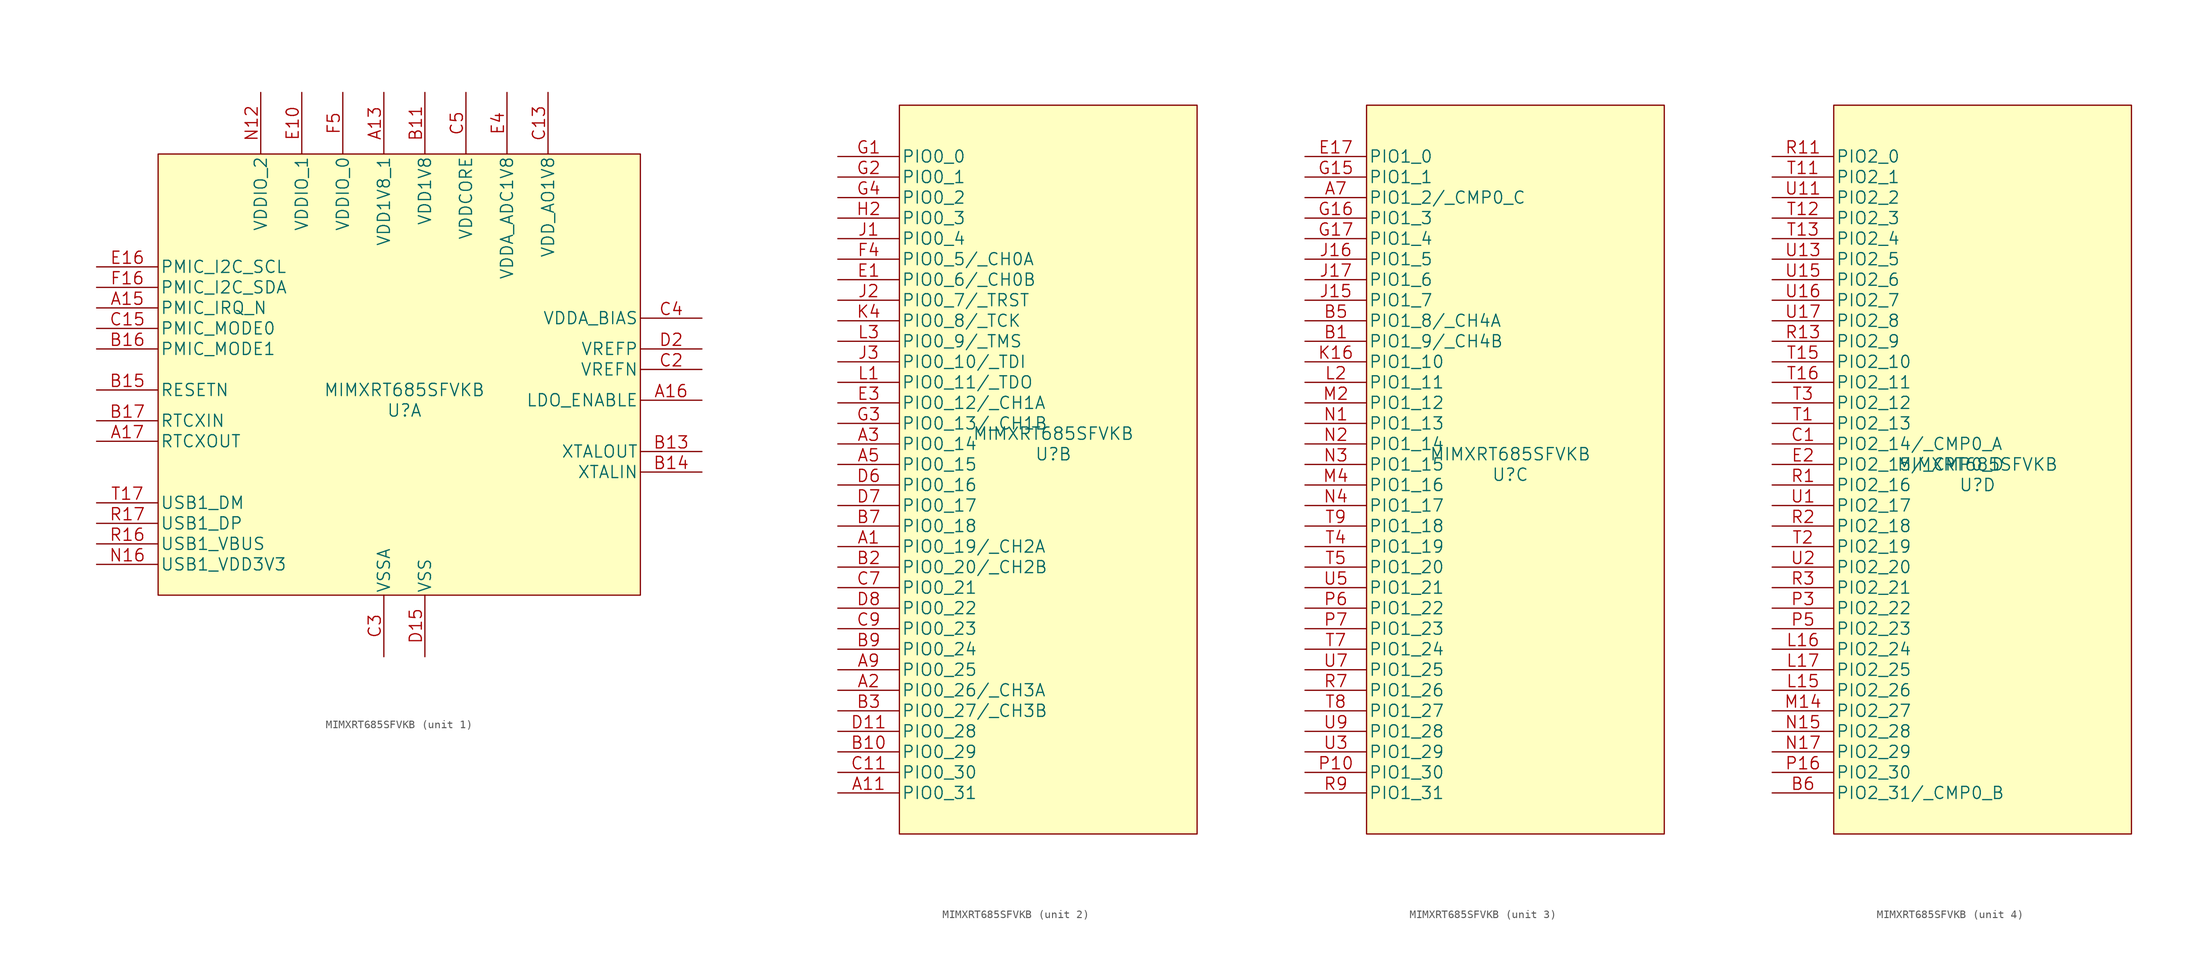
<source format=kicad_sym>
(kicad_symbol_lib
  (version 20211014)
  (generator kicad_symbol_editor)
  (symbol "MIMXRT685SFVKB"
    (pin_names
      (offset 0.254))
    (property "Reference" "U"
      (at 0 -2.54 0)
      (effects (font (size 1.524 1.524))))
    (property "Value" "MIMXRT685SFVKB"
      (at 0 0 0)
      (effects (font (size 1.524 1.524))))
    (property "Datasheet" ""
      (at -25.4 16.51 0)
      (effects (font (size 1.524 1.524))))
    (property "ki_locked" ""
      (at 0 0 0)
      (effects (font (size 1.27 1.27))))
    (symbol "MIMXRT685SFVKB_1_1"
      (rectangle (start -30.48 29.21) (end 29.21 -25.4) (stroke (width 0) (type default) (color 0 0 0 0)) (fill (type background)))
      (pin power_in line (at -2.54 36.83 270) (length 7.62) (name "VDD1V8_1" (effects (font (size 1.499 1.499)))) (number "A13" (effects (font (size 1.499 1.499)))))
      (pin input line (at -38.1 10.16 0) (length 7.62) (name "PMIC_IRQ_N" (effects (font (size 1.499 1.499)))) (number "A15" (effects (font (size 1.499 1.499)))))
      (pin power_in line (at 36.83 -1.27 180) (length 7.62) (name "LDO_ENABLE" (effects (font (size 1.499 1.499)))) (number "A16" (effects (font (size 1.499 1.499)))))
      (pin input line (at -38.1 -6.35 0) (length 7.62) (name "RTCXOUT" (effects (font (size 1.499 1.499)))) (number "A17" (effects (font (size 1.499 1.499)))))
      (pin power_in line (at 2.54 36.83 270) (length 7.62) (name "VDD1V8" (effects (font (size 1.499 1.499)))) (number "B11" (effects (font (size 1.499 1.499)))))
      (pin power_in line (at 36.83 -7.62 180) (length 7.62) (name "XTALOUT" (effects (font (size 1.499 1.499)))) (number "B13" (effects (font (size 1.499 1.499)))))
      (pin power_in line (at 36.83 -10.16 180) (length 7.62) (name "XTALIN" (effects (font (size 1.499 1.499)))) (number "B14" (effects (font (size 1.499 1.499)))))
      (pin input line (at -38.1 0 0) (length 7.62) (name "RESETN" (effects (font (size 1.499 1.499)))) (number "B15" (effects (font (size 1.499 1.499)))))
      (pin output line (at -38.1 5.08 0) (length 7.62) (name "PMIC_MODE1" (effects (font (size 1.499 1.499)))) (number "B16" (effects (font (size 1.499 1.499)))))
      (pin input line (at -38.1 -3.81 0) (length 7.62) (name "RTCXIN" (effects (font (size 1.499 1.499)))) (number "B17" (effects (font (size 1.499 1.499)))))
      (pin power_in line (at 17.78 36.83 270) (length 7.62) (name "VDD_AO1V8" (effects (font (size 1.499 1.499)))) (number "C13" (effects (font (size 1.499 1.499)))))
      (pin output line (at -38.1 7.62 0) (length 7.62) (name "PMIC_MODE0" (effects (font (size 1.499 1.499)))) (number "C15" (effects (font (size 1.499 1.499)))))
      (pin power_in line (at 2.54 36.83 270) (length 7.62) hide (name "VDD1V8" (effects (font (size 1.499 1.499)))) (number "C16" (effects (font (size 1.499 1.499)))))
      (pin power_in line (at 2.54 36.83 270) (length 7.62) hide (name "VDD1V8" (effects (font (size 1.499 1.499)))) (number "C17" (effects (font (size 1.499 1.499)))))
      (pin power_in line (at 36.83 2.54 180) (length 7.62) (name "VREFN" (effects (font (size 1.499 1.499)))) (number "C2" (effects (font (size 1.499 1.499)))))
      (pin power_in line (at -2.54 -33.02 90) (length 7.62) (name "VSSA" (effects (font (size 1.499 1.499)))) (number "C3" (effects (font (size 1.499 1.499)))))
      (pin power_in line (at 36.83 8.89 180) (length 7.62) (name "VDDA_BIAS" (effects (font (size 1.499 1.499)))) (number "C4" (effects (font (size 1.499 1.499)))))
      (pin power_in line (at 7.62 36.83 270) (length 7.62) (name "VDDCORE" (effects (font (size 1.499 1.499)))) (number "C5" (effects (font (size 1.499 1.499)))))
      (pin power_in line (at -2.54 -33.02 90) (length 7.62) hide (name "VSSA" (effects (font (size 1.499 1.499)))) (number "D12" (effects (font (size 1.499 1.499)))))
      (pin power_in line (at 17.78 36.83 270) (length 7.62) hide (name "VDD_AO1V8" (effects (font (size 1.499 1.499)))) (number "D13" (effects (font (size 1.499 1.499)))))
      (pin power_in line (at 2.54 -33.02 90) (length 7.62) (name "VSS" (effects (font (size 1.499 1.499)))) (number "D15" (effects (font (size 1.499 1.499)))))
      (pin power_in line (at 36.83 5.08 180) (length 7.62) (name "VREFP" (effects (font (size 1.499 1.499)))) (number "D2" (effects (font (size 1.499 1.499)))))
      (pin power_in line (at 2.54 -33.02 90) (length 7.62) hide (name "VSS" (effects (font (size 1.499 1.499)))) (number "D5" (effects (font (size 1.499 1.499)))))
      (pin power_in line (at 7.62 36.83 270) (length 7.62) hide (name "VDDCORE" (effects (font (size 1.499 1.499)))) (number "D9" (effects (font (size 1.499 1.499)))))
      (pin power_in line (at -12.7 36.83 270) (length 7.62) (name "VDDIO_1" (effects (font (size 1.499 1.499)))) (number "E10" (effects (font (size 1.499 1.499)))))
      (pin power_in line (at 2.54 -33.02 90) (length 7.62) hide (name "VSS" (effects (font (size 1.499 1.499)))) (number "E12" (effects (font (size 1.499 1.499)))))
      (pin power_in line (at 2.54 -33.02 90) (length 7.62) hide (name "VSS" (effects (font (size 1.499 1.499)))) (number "E14" (effects (font (size 1.499 1.499)))))
      (pin power_in line (at 2.54 36.83 270) (length 7.62) hide (name "VDD1V8" (effects (font (size 1.499 1.499)))) (number "E15" (effects (font (size 1.499 1.499)))))
      (pin output line (at -38.1 15.24 0) (length 7.62) (name "PMIC_I2C_SCL" (effects (font (size 1.499 1.499)))) (number "E16" (effects (font (size 1.499 1.499)))))
      (pin power_in line (at 12.7 36.83 270) (length 7.62) (name "VDDA_ADC1V8" (effects (font (size 1.499 1.499)))) (number "E4" (effects (font (size 1.499 1.499)))))
      (pin power_in line (at -12.7 36.83 270) (length 7.62) hide (name "VDDIO_1" (effects (font (size 1.499 1.499)))) (number "E6" (effects (font (size 1.499 1.499)))))
      (pin power_in line (at -12.7 36.83 270) (length 7.62) hide (name "VDDIO_1" (effects (font (size 1.499 1.499)))) (number "E8" (effects (font (size 1.499 1.499)))))
      (pin power_in line (at 2.54 -33.02 90) (length 7.62) hide (name "VSS" (effects (font (size 1.499 1.499)))) (number "F11" (effects (font (size 1.499 1.499)))))
      (pin power_in line (at 2.54 36.83 270) (length 7.62) hide (name "VDD1V8" (effects (font (size 1.499 1.499)))) (number "F13" (effects (font (size 1.499 1.499)))))
      (pin power_in line (at 7.62 36.83 270) (length 7.62) hide (name "VDDCORE" (effects (font (size 1.499 1.499)))) (number "F14" (effects (font (size 1.499 1.499)))))
      (pin bidirectional line (at -38.1 12.7 0) (length 7.62) (name "PMIC_I2C_SDA" (effects (font (size 1.499 1.499)))) (number "F16" (effects (font (size 1.499 1.499)))))
      (pin power_in line (at -7.62 36.83 270) (length 7.62) (name "VDDIO_0" (effects (font (size 1.499 1.499)))) (number "F5" (effects (font (size 1.499 1.499)))))
      (pin power_in line (at 2.54 -33.02 90) (length 7.62) hide (name "VSS" (effects (font (size 1.499 1.499)))) (number "F7" (effects (font (size 1.499 1.499)))))
      (pin power_in line (at 2.54 -33.02 90) (length 7.62) hide (name "VSS" (effects (font (size 1.499 1.499)))) (number "G12" (effects (font (size 1.499 1.499)))))
      (pin power_in line (at 2.54 36.83 270) (length 7.62) hide (name "VDD1V8" (effects (font (size 1.499 1.499)))) (number "G14" (effects (font (size 1.499 1.499)))))
      (pin power_in line (at 2.54 -33.02 90) (length 7.62) hide (name "VSS" (effects (font (size 1.499 1.499)))) (number "G6" (effects (font (size 1.499 1.499)))))
      (pin power_in line (at 2.54 -33.02 90) (length 7.62) hide (name "VSS" (effects (font (size 1.499 1.499)))) (number "H10" (effects (font (size 1.499 1.499)))))
      (pin power_in line (at -12.7 36.83 270) (length 7.62) hide (name "VDDIO_1" (effects (font (size 1.499 1.499)))) (number "H13" (effects (font (size 1.499 1.499)))))
      (pin power_in line (at -12.7 36.83 270) (length 7.62) hide (name "VDDIO_1" (effects (font (size 1.499 1.499)))) (number "H14" (effects (font (size 1.499 1.499)))))
      (pin power_in line (at -7.62 36.83 270) (length 7.62) hide (name "VDDIO_0" (effects (font (size 1.499 1.499)))) (number "H5" (effects (font (size 1.499 1.499)))))
      (pin power_in line (at 2.54 -33.02 90) (length 7.62) hide (name "VSS" (effects (font (size 1.499 1.499)))) (number "H8" (effects (font (size 1.499 1.499)))))
      (pin power_in line (at 2.54 -33.02 90) (length 7.62) hide (name "VSS" (effects (font (size 1.499 1.499)))) (number "H9" (effects (font (size 1.499 1.499)))))
      (pin power_in line (at 2.54 -33.02 90) (length 7.62) hide (name "VSS" (effects (font (size 1.499 1.499)))) (number "J10" (effects (font (size 1.499 1.499)))))
      (pin power_in line (at 7.62 36.83 270) (length 7.62) hide (name "VDDCORE" (effects (font (size 1.499 1.499)))) (number "J14" (effects (font (size 1.499 1.499)))))
      (pin power_in line (at 7.62 36.83 270) (length 7.62) hide (name "VDDCORE" (effects (font (size 1.499 1.499)))) (number "J4" (effects (font (size 1.499 1.499)))))
      (pin power_in line (at 2.54 -33.02 90) (length 7.62) hide (name "VSS" (effects (font (size 1.499 1.499)))) (number "J8" (effects (font (size 1.499 1.499)))))
      (pin power_in line (at 2.54 -33.02 90) (length 7.62) hide (name "VSS" (effects (font (size 1.499 1.499)))) (number "K10" (effects (font (size 1.499 1.499)))))
      (pin power_in line (at -12.7 36.83 270) (length 7.62) hide (name "VDDIO_1" (effects (font (size 1.499 1.499)))) (number "K13" (effects (font (size 1.499 1.499)))))
      (pin power_in line (at -7.62 36.83 270) (length 7.62) hide (name "VDDIO_0" (effects (font (size 1.499 1.499)))) (number "K5" (effects (font (size 1.499 1.499)))))
      (pin power_in line (at 2.54 -33.02 90) (length 7.62) hide (name "VSS" (effects (font (size 1.499 1.499)))) (number "K8" (effects (font (size 1.499 1.499)))))
      (pin power_in line (at 2.54 -33.02 90) (length 7.62) hide (name "VSS" (effects (font (size 1.499 1.499)))) (number "K9" (effects (font (size 1.499 1.499)))))
      (pin power_in line (at 2.54 -33.02 90) (length 7.62) hide (name "VSS" (effects (font (size 1.499 1.499)))) (number "L12" (effects (font (size 1.499 1.499)))))
      (pin power_in line (at -12.7 36.83 270) (length 7.62) hide (name "VDDIO_1" (effects (font (size 1.499 1.499)))) (number "L14" (effects (font (size 1.499 1.499)))))
      (pin power_in line (at 2.54 36.83 270) (length 7.62) hide (name "VDD1V8" (effects (font (size 1.499 1.499)))) (number "L4" (effects (font (size 1.499 1.499)))))
      (pin power_in line (at 2.54 -33.02 90) (length 7.62) hide (name "VSS" (effects (font (size 1.499 1.499)))) (number "L6" (effects (font (size 1.499 1.499)))))
      (pin power_in line (at 2.54 -33.02 90) (length 7.62) hide (name "VSS" (effects (font (size 1.499 1.499)))) (number "M11" (effects (font (size 1.499 1.499)))))
      (pin power_in line (at 2.54 -33.02 90) (length 7.62) hide (name "VSS" (effects (font (size 1.499 1.499)))) (number "M13" (effects (font (size 1.499 1.499)))))
      (pin power_in line (at -7.62 36.83 270) (length 7.62) hide (name "VDDIO_0" (effects (font (size 1.499 1.499)))) (number "M5" (effects (font (size 1.499 1.499)))))
      (pin power_in line (at 2.54 -33.02 90) (length 7.62) hide (name "VSS" (effects (font (size 1.499 1.499)))) (number "M7" (effects (font (size 1.499 1.499)))))
      (pin power_in line (at -7.62 36.83 270) (length 7.62) hide (name "VDDIO_0" (effects (font (size 1.499 1.499)))) (number "N10" (effects (font (size 1.499 1.499)))))
      (pin power_in line (at -17.78 36.83 270) (length 7.62) (name "VDDIO_2" (effects (font (size 1.499 1.499)))) (number "N12" (effects (font (size 1.499 1.499)))))
      (pin power_in line (at 2.54 -33.02 90) (length 7.62) hide (name "VSS" (effects (font (size 1.499 1.499)))) (number "N14" (effects (font (size 1.499 1.499)))))
      (pin power_in line (at -38.1 -21.59 0) (length 7.62) (name "USB1_VDD3V3" (effects (font (size 1.499 1.499)))) (number "N16" (effects (font (size 1.499 1.499)))))
      (pin power_in line (at -7.62 36.83 270) (length 7.62) hide (name "VDDIO_0" (effects (font (size 1.499 1.499)))) (number "N6" (effects (font (size 1.499 1.499)))))
      (pin power_in line (at -7.62 36.83 270) (length 7.62) hide (name "VDDIO_0" (effects (font (size 1.499 1.499)))) (number "N8" (effects (font (size 1.499 1.499)))))
      (pin power_in line (at -17.78 36.83 270) (length 7.62) hide (name "VDDIO_2" (effects (font (size 1.499 1.499)))) (number "P11" (effects (font (size 1.499 1.499)))))
      (pin power_in line (at -17.78 36.83 270) (length 7.62) hide (name "VDDIO_2" (effects (font (size 1.499 1.499)))) (number "P12" (effects (font (size 1.499 1.499)))))
      (pin power_in line (at 2.54 -33.02 90) (length 7.62) hide (name "VSS" (effects (font (size 1.499 1.499)))) (number "P13" (effects (font (size 1.499 1.499)))))
      (pin power_in line (at 7.62 36.83 270) (length 7.62) hide (name "VDDCORE" (effects (font (size 1.499 1.499)))) (number "P9" (effects (font (size 1.499 1.499)))))
      (pin power_in line (at 7.62 36.83 270) (length 7.62) hide (name "VDDCORE" (effects (font (size 1.499 1.499)))) (number "R14" (effects (font (size 1.499 1.499)))))
      (pin power_in line (at 2.54 36.83 270) (length 7.62) hide (name "VDD1V8" (effects (font (size 1.499 1.499)))) (number "R15" (effects (font (size 1.499 1.499)))))
      (pin input line (at -38.1 -19.05 0) (length 7.62) (name "USB1_VBUS" (effects (font (size 1.499 1.499)))) (number "R16" (effects (font (size 1.499 1.499)))))
      (pin bidirectional line (at -38.1 -16.51 0) (length 7.62) (name "USB1_DP" (effects (font (size 1.499 1.499)))) (number "R17" (effects (font (size 1.499 1.499)))))
      (pin power_in line (at 7.62 36.83 270) (length 7.62) hide (name "VDDCORE" (effects (font (size 1.499 1.499)))) (number "R5" (effects (font (size 1.499 1.499)))))
      (pin bidirectional line (at -38.1 -13.97 0) (length 7.62) (name "USB1_DM" (effects (font (size 1.499 1.499)))) (number "T17" (effects (font (size 1.499 1.499))))))
    (symbol "MIMXRT685SFVKB_2_1"
      (rectangle (start -19.05 40.64) (end 17.78 -49.53) (stroke (width 0) (type default) (color 0 0 0 0)) (fill (type background)))
      (pin bidirectional line (at -26.67 -13.97 0) (length 7.62) (name "PIO0_19/_CH2A" (effects (font (size 1.499 1.499)))) (number "A1" (effects (font (size 1.499 1.499)))))
      (pin bidirectional line (at -26.67 -44.45 0) (length 7.62) (name "PIO0_31" (effects (font (size 1.499 1.499)))) (number "A11" (effects (font (size 1.499 1.499)))))
      (pin bidirectional line (at -26.67 -31.75 0) (length 7.62) (name "PIO0_26/_CH3A" (effects (font (size 1.499 1.499)))) (number "A2" (effects (font (size 1.499 1.499)))))
      (pin bidirectional line (at -26.67 -1.27 0) (length 7.62) (name "PIO0_14" (effects (font (size 1.499 1.499)))) (number "A3" (effects (font (size 1.499 1.499)))))
      (pin bidirectional line (at -26.67 -3.81 0) (length 7.62) (name "PIO0_15" (effects (font (size 1.499 1.499)))) (number "A5" (effects (font (size 1.499 1.499)))))
      (pin bidirectional line (at -26.67 -29.21 0) (length 7.62) (name "PIO0_25" (effects (font (size 1.499 1.499)))) (number "A9" (effects (font (size 1.499 1.499)))))
      (pin bidirectional line (at -26.67 -39.37 0) (length 7.62) (name "PIO0_29" (effects (font (size 1.499 1.499)))) (number "B10" (effects (font (size 1.499 1.499)))))
      (pin bidirectional line (at -26.67 -16.51 0) (length 7.62) (name "PIO0_20/_CH2B" (effects (font (size 1.499 1.499)))) (number "B2" (effects (font (size 1.499 1.499)))))
      (pin bidirectional line (at -26.67 -34.29 0) (length 7.62) (name "PIO0_27/_CH3B" (effects (font (size 1.499 1.499)))) (number "B3" (effects (font (size 1.499 1.499)))))
      (pin bidirectional line (at -26.67 -11.43 0) (length 7.62) (name "PIO0_18" (effects (font (size 1.499 1.499)))) (number "B7" (effects (font (size 1.499 1.499)))))
      (pin bidirectional line (at -26.67 -26.67 0) (length 7.62) (name "PIO0_24" (effects (font (size 1.499 1.499)))) (number "B9" (effects (font (size 1.499 1.499)))))
      (pin bidirectional line (at -26.67 -41.91 0) (length 7.62) (name "PIO0_30" (effects (font (size 1.499 1.499)))) (number "C11" (effects (font (size 1.499 1.499)))))
      (pin bidirectional line (at -26.67 -19.05 0) (length 7.62) (name "PIO0_21" (effects (font (size 1.499 1.499)))) (number "C7" (effects (font (size 1.499 1.499)))))
      (pin bidirectional line (at -26.67 -24.13 0) (length 7.62) (name "PIO0_23" (effects (font (size 1.499 1.499)))) (number "C9" (effects (font (size 1.499 1.499)))))
      (pin bidirectional line (at -26.67 -36.83 0) (length 7.62) (name "PIO0_28" (effects (font (size 1.499 1.499)))) (number "D11" (effects (font (size 1.499 1.499)))))
      (pin bidirectional line (at -26.67 -6.35 0) (length 7.62) (name "PIO0_16" (effects (font (size 1.499 1.499)))) (number "D6" (effects (font (size 1.499 1.499)))))
      (pin bidirectional line (at -26.67 -8.89 0) (length 7.62) (name "PIO0_17" (effects (font (size 1.499 1.499)))) (number "D7" (effects (font (size 1.499 1.499)))))
      (pin bidirectional line (at -26.67 -21.59 0) (length 7.62) (name "PIO0_22" (effects (font (size 1.499 1.499)))) (number "D8" (effects (font (size 1.499 1.499)))))
      (pin bidirectional line (at -26.67 19.05 0) (length 7.62) (name "PIO0_6/_CH0B" (effects (font (size 1.499 1.499)))) (number "E1" (effects (font (size 1.499 1.499)))))
      (pin bidirectional line (at -26.67 3.81 0) (length 7.62) (name "PIO0_12/_CH1A" (effects (font (size 1.499 1.499)))) (number "E3" (effects (font (size 1.499 1.499)))))
      (pin bidirectional line (at -26.67 21.59 0) (length 7.62) (name "PIO0_5/_CH0A" (effects (font (size 1.499 1.499)))) (number "F4" (effects (font (size 1.499 1.499)))))
      (pin bidirectional line (at -26.67 34.29 0) (length 7.62) (name "PIO0_0" (effects (font (size 1.499 1.499)))) (number "G1" (effects (font (size 1.499 1.499)))))
      (pin bidirectional line (at -26.67 31.75 0) (length 7.62) (name "PIO0_1" (effects (font (size 1.499 1.499)))) (number "G2" (effects (font (size 1.499 1.499)))))
      (pin bidirectional line (at -26.67 1.27 0) (length 7.62) (name "PIO0_13/_CH1B" (effects (font (size 1.499 1.499)))) (number "G3" (effects (font (size 1.499 1.499)))))
      (pin bidirectional line (at -26.67 29.21 0) (length 7.62) (name "PIO0_2" (effects (font (size 1.499 1.499)))) (number "G4" (effects (font (size 1.499 1.499)))))
      (pin bidirectional line (at -26.67 26.67 0) (length 7.62) (name "PIO0_3" (effects (font (size 1.499 1.499)))) (number "H2" (effects (font (size 1.499 1.499)))))
      (pin bidirectional line (at -26.67 24.13 0) (length 7.62) (name "PIO0_4" (effects (font (size 1.499 1.499)))) (number "J1" (effects (font (size 1.499 1.499)))))
      (pin bidirectional line (at -26.67 16.51 0) (length 7.62) (name "PIO0_7/_TRST" (effects (font (size 1.499 1.499)))) (number "J2" (effects (font (size 1.499 1.499)))))
      (pin bidirectional line (at -26.67 8.89 0) (length 7.62) (name "PIO0_10/_TDI" (effects (font (size 1.499 1.499)))) (number "J3" (effects (font (size 1.499 1.499)))))
      (pin bidirectional line (at -26.67 13.97 0) (length 7.62) (name "PIO0_8/_TCK" (effects (font (size 1.499 1.499)))) (number "K4" (effects (font (size 1.499 1.499)))))
      (pin bidirectional line (at -26.67 6.35 0) (length 7.62) (name "PIO0_11/_TDO" (effects (font (size 1.499 1.499)))) (number "L1" (effects (font (size 1.499 1.499)))))
      (pin bidirectional line (at -26.67 11.43 0) (length 7.62) (name "PIO0_9/_TMS" (effects (font (size 1.499 1.499)))) (number "L3" (effects (font (size 1.499 1.499))))))
    (symbol "MIMXRT685SFVKB_3_1"
      (rectangle (start -17.78 43.18) (end 19.05 -46.99) (stroke (width 0) (type default) (color 0 0 0 0)) (fill (type background)))
      (pin bidirectional line (at -25.4 31.75 0) (length 7.62) (name "PIO1_2/_CMP0_C" (effects (font (size 1.499 1.499)))) (number "A7" (effects (font (size 1.499 1.499)))))
      (pin bidirectional line (at -25.4 13.97 0) (length 7.62) (name "PIO1_9/_CH4B" (effects (font (size 1.499 1.499)))) (number "B1" (effects (font (size 1.499 1.499)))))
      (pin bidirectional line (at -25.4 16.51 0) (length 7.62) (name "PIO1_8/_CH4A" (effects (font (size 1.499 1.499)))) (number "B5" (effects (font (size 1.499 1.499)))))
      (pin bidirectional line (at -25.4 36.83 0) (length 7.62) (name "PIO1_0" (effects (font (size 1.499 1.499)))) (number "E17" (effects (font (size 1.499 1.499)))))
      (pin bidirectional line (at -25.4 34.29 0) (length 7.62) (name "PIO1_1" (effects (font (size 1.499 1.499)))) (number "G15" (effects (font (size 1.499 1.499)))))
      (pin bidirectional line (at -25.4 29.21 0) (length 7.62) (name "PIO1_3" (effects (font (size 1.499 1.499)))) (number "G16" (effects (font (size 1.499 1.499)))))
      (pin bidirectional line (at -25.4 26.67 0) (length 7.62) (name "PIO1_4" (effects (font (size 1.499 1.499)))) (number "G17" (effects (font (size 1.499 1.499)))))
      (pin bidirectional line (at -25.4 19.05 0) (length 7.62) (name "PIO1_7" (effects (font (size 1.499 1.499)))) (number "J15" (effects (font (size 1.499 1.499)))))
      (pin bidirectional line (at -25.4 24.13 0) (length 7.62) (name "PIO1_5" (effects (font (size 1.499 1.499)))) (number "J16" (effects (font (size 1.499 1.499)))))
      (pin bidirectional line (at -25.4 21.59 0) (length 7.62) (name "PIO1_6" (effects (font (size 1.499 1.499)))) (number "J17" (effects (font (size 1.499 1.499)))))
      (pin bidirectional line (at -25.4 11.43 0) (length 7.62) (name "PIO1_10" (effects (font (size 1.499 1.499)))) (number "K16" (effects (font (size 1.499 1.499)))))
      (pin bidirectional line (at -25.4 8.89 0) (length 7.62) (name "PIO1_11" (effects (font (size 1.499 1.499)))) (number "L2" (effects (font (size 1.499 1.499)))))
      (pin bidirectional line (at -25.4 6.35 0) (length 7.62) (name "PIO1_12" (effects (font (size 1.499 1.499)))) (number "M2" (effects (font (size 1.499 1.499)))))
      (pin bidirectional line (at -25.4 -3.81 0) (length 7.62) (name "PIO1_16" (effects (font (size 1.499 1.499)))) (number "M4" (effects (font (size 1.499 1.499)))))
      (pin bidirectional line (at -25.4 3.81 0) (length 7.62) (name "PIO1_13" (effects (font (size 1.499 1.499)))) (number "N1" (effects (font (size 1.499 1.499)))))
      (pin bidirectional line (at -25.4 1.27 0) (length 7.62) (name "PIO1_14" (effects (font (size 1.499 1.499)))) (number "N2" (effects (font (size 1.499 1.499)))))
      (pin bidirectional line (at -25.4 -1.27 0) (length 7.62) (name "PIO1_15" (effects (font (size 1.499 1.499)))) (number "N3" (effects (font (size 1.499 1.499)))))
      (pin bidirectional line (at -25.4 -6.35 0) (length 7.62) (name "PIO1_17" (effects (font (size 1.499 1.499)))) (number "N4" (effects (font (size 1.499 1.499)))))
      (pin bidirectional line (at -25.4 -39.37 0) (length 7.62) (name "PIO1_30" (effects (font (size 1.499 1.499)))) (number "P10" (effects (font (size 1.499 1.499)))))
      (pin bidirectional line (at -25.4 -19.05 0) (length 7.62) (name "PIO1_22" (effects (font (size 1.499 1.499)))) (number "P6" (effects (font (size 1.499 1.499)))))
      (pin bidirectional line (at -25.4 -21.59 0) (length 7.62) (name "PIO1_23" (effects (font (size 1.499 1.499)))) (number "P7" (effects (font (size 1.499 1.499)))))
      (pin bidirectional line (at -25.4 -29.21 0) (length 7.62) (name "PIO1_26" (effects (font (size 1.499 1.499)))) (number "R7" (effects (font (size 1.499 1.499)))))
      (pin bidirectional line (at -25.4 -41.91 0) (length 7.62) (name "PIO1_31" (effects (font (size 1.499 1.499)))) (number "R9" (effects (font (size 1.499 1.499)))))
      (pin bidirectional line (at -25.4 -11.43 0) (length 7.62) (name "PIO1_19" (effects (font (size 1.499 1.499)))) (number "T4" (effects (font (size 1.499 1.499)))))
      (pin bidirectional line (at -25.4 -13.97 0) (length 7.62) (name "PIO1_20" (effects (font (size 1.499 1.499)))) (number "T5" (effects (font (size 1.499 1.499)))))
      (pin bidirectional line (at -25.4 -24.13 0) (length 7.62) (name "PIO1_24" (effects (font (size 1.499 1.499)))) (number "T7" (effects (font (size 1.499 1.499)))))
      (pin bidirectional line (at -25.4 -31.75 0) (length 7.62) (name "PIO1_27" (effects (font (size 1.499 1.499)))) (number "T8" (effects (font (size 1.499 1.499)))))
      (pin bidirectional line (at -25.4 -8.89 0) (length 7.62) (name "PIO1_18" (effects (font (size 1.499 1.499)))) (number "T9" (effects (font (size 1.499 1.499)))))
      (pin bidirectional line (at -25.4 -36.83 0) (length 7.62) (name "PIO1_29" (effects (font (size 1.499 1.499)))) (number "U3" (effects (font (size 1.499 1.499)))))
      (pin bidirectional line (at -25.4 -16.51 0) (length 7.62) (name "PIO1_21" (effects (font (size 1.499 1.499)))) (number "U5" (effects (font (size 1.499 1.499)))))
      (pin bidirectional line (at -25.4 -26.67 0) (length 7.62) (name "PIO1_25" (effects (font (size 1.499 1.499)))) (number "U7" (effects (font (size 1.499 1.499)))))
      (pin bidirectional line (at -25.4 -34.29 0) (length 7.62) (name "PIO1_28" (effects (font (size 1.499 1.499)))) (number "U9" (effects (font (size 1.499 1.499))))))
    (symbol "MIMXRT685SFVKB_4_1"
      (rectangle (start -17.78 44.45) (end 19.05 -45.72) (stroke (width 0) (type default) (color 0 0 0 0)) (fill (type background)))
      (pin bidirectional line (at -25.4 -40.64 0) (length 7.62) (name "PIO2_31/_CMP0_B" (effects (font (size 1.499 1.499)))) (number "B6" (effects (font (size 1.499 1.499)))))
      (pin bidirectional line (at -25.4 2.54 0) (length 7.62) (name "PIO2_14/_CMP0_A" (effects (font (size 1.499 1.499)))) (number "C1" (effects (font (size 1.499 1.499)))))
      (pin bidirectional line (at -25.4 0 0) (length 7.62) (name "PIO2_15/_CMP0_D" (effects (font (size 1.499 1.499)))) (number "E2" (effects (font (size 1.499 1.499)))))
      (pin bidirectional line (at -25.4 -27.94 0) (length 7.62) (name "PIO2_26" (effects (font (size 1.499 1.499)))) (number "L15" (effects (font (size 1.499 1.499)))))
      (pin bidirectional line (at -25.4 -22.86 0) (length 7.62) (name "PIO2_24" (effects (font (size 1.499 1.499)))) (number "L16" (effects (font (size 1.499 1.499)))))
      (pin bidirectional line (at -25.4 -25.4 0) (length 7.62) (name "PIO2_25" (effects (font (size 1.499 1.499)))) (number "L17" (effects (font (size 1.499 1.499)))))
      (pin bidirectional line (at -25.4 -30.48 0) (length 7.62) (name "PIO2_27" (effects (font (size 1.499 1.499)))) (number "M14" (effects (font (size 1.499 1.499)))))
      (pin bidirectional line (at -25.4 -33.02 0) (length 7.62) (name "PIO2_28" (effects (font (size 1.499 1.499)))) (number "N15" (effects (font (size 1.499 1.499)))))
      (pin bidirectional line (at -25.4 -35.56 0) (length 7.62) (name "PIO2_29" (effects (font (size 1.499 1.499)))) (number "N17" (effects (font (size 1.499 1.499)))))
      (pin bidirectional line (at -25.4 -38.1 0) (length 7.62) (name "PIO2_30" (effects (font (size 1.499 1.499)))) (number "P16" (effects (font (size 1.499 1.499)))))
      (pin bidirectional line (at -25.4 -17.78 0) (length 7.62) (name "PIO2_22" (effects (font (size 1.499 1.499)))) (number "P3" (effects (font (size 1.499 1.499)))))
      (pin bidirectional line (at -25.4 -20.32 0) (length 7.62) (name "PIO2_23" (effects (font (size 1.499 1.499)))) (number "P5" (effects (font (size 1.499 1.499)))))
      (pin bidirectional line (at -25.4 -2.54 0) (length 7.62) (name "PIO2_16" (effects (font (size 1.499 1.499)))) (number "R1" (effects (font (size 1.499 1.499)))))
      (pin bidirectional line (at -25.4 38.1 0) (length 7.62) (name "PIO2_0" (effects (font (size 1.499 1.499)))) (number "R11" (effects (font (size 1.499 1.499)))))
      (pin bidirectional line (at -25.4 15.24 0) (length 7.62) (name "PIO2_9" (effects (font (size 1.499 1.499)))) (number "R13" (effects (font (size 1.499 1.499)))))
      (pin bidirectional line (at -25.4 -7.62 0) (length 7.62) (name "PIO2_18" (effects (font (size 1.499 1.499)))) (number "R2" (effects (font (size 1.499 1.499)))))
      (pin bidirectional line (at -25.4 -15.24 0) (length 7.62) (name "PIO2_21" (effects (font (size 1.499 1.499)))) (number "R3" (effects (font (size 1.499 1.499)))))
      (pin bidirectional line (at -25.4 5.08 0) (length 7.62) (name "PIO2_13" (effects (font (size 1.499 1.499)))) (number "T1" (effects (font (size 1.499 1.499)))))
      (pin bidirectional line (at -25.4 35.56 0) (length 7.62) (name "PIO2_1" (effects (font (size 1.499 1.499)))) (number "T11" (effects (font (size 1.499 1.499)))))
      (pin bidirectional line (at -25.4 30.48 0) (length 7.62) (name "PIO2_3" (effects (font (size 1.499 1.499)))) (number "T12" (effects (font (size 1.499 1.499)))))
      (pin bidirectional line (at -25.4 27.94 0) (length 7.62) (name "PIO2_4" (effects (font (size 1.499 1.499)))) (number "T13" (effects (font (size 1.499 1.499)))))
      (pin bidirectional line (at -25.4 12.7 0) (length 7.62) (name "PIO2_10" (effects (font (size 1.499 1.499)))) (number "T15" (effects (font (size 1.499 1.499)))))
      (pin bidirectional line (at -25.4 10.16 0) (length 7.62) (name "PIO2_11" (effects (font (size 1.499 1.499)))) (number "T16" (effects (font (size 1.499 1.499)))))
      (pin bidirectional line (at -25.4 -10.16 0) (length 7.62) (name "PIO2_19" (effects (font (size 1.499 1.499)))) (number "T2" (effects (font (size 1.499 1.499)))))
      (pin bidirectional line (at -25.4 7.62 0) (length 7.62) (name "PIO2_12" (effects (font (size 1.499 1.499)))) (number "T3" (effects (font (size 1.499 1.499)))))
      (pin bidirectional line (at -25.4 -5.08 0) (length 7.62) (name "PIO2_17" (effects (font (size 1.499 1.499)))) (number "U1" (effects (font (size 1.499 1.499)))))
      (pin bidirectional line (at -25.4 33.02 0) (length 7.62) (name "PIO2_2" (effects (font (size 1.499 1.499)))) (number "U11" (effects (font (size 1.499 1.499)))))
      (pin bidirectional line (at -25.4 25.4 0) (length 7.62) (name "PIO2_5" (effects (font (size 1.499 1.499)))) (number "U13" (effects (font (size 1.499 1.499)))))
      (pin bidirectional line (at -25.4 22.86 0) (length 7.62) (name "PIO2_6" (effects (font (size 1.499 1.499)))) (number "U15" (effects (font (size 1.499 1.499)))))
      (pin bidirectional line (at -25.4 20.32 0) (length 7.62) (name "PIO2_7" (effects (font (size 1.499 1.499)))) (number "U16" (effects (font (size 1.499 1.499)))))
      (pin bidirectional line (at -25.4 17.78 0) (length 7.62) (name "PIO2_8" (effects (font (size 1.499 1.499)))) (number "U17" (effects (font (size 1.499 1.499)))))
      (pin bidirectional line (at -25.4 -12.7 0) (length 7.62) (name "PIO2_20" (effects (font (size 1.499 1.499)))) (number "U2" (effects (font (size 1.499 1.499))))))))
</source>
